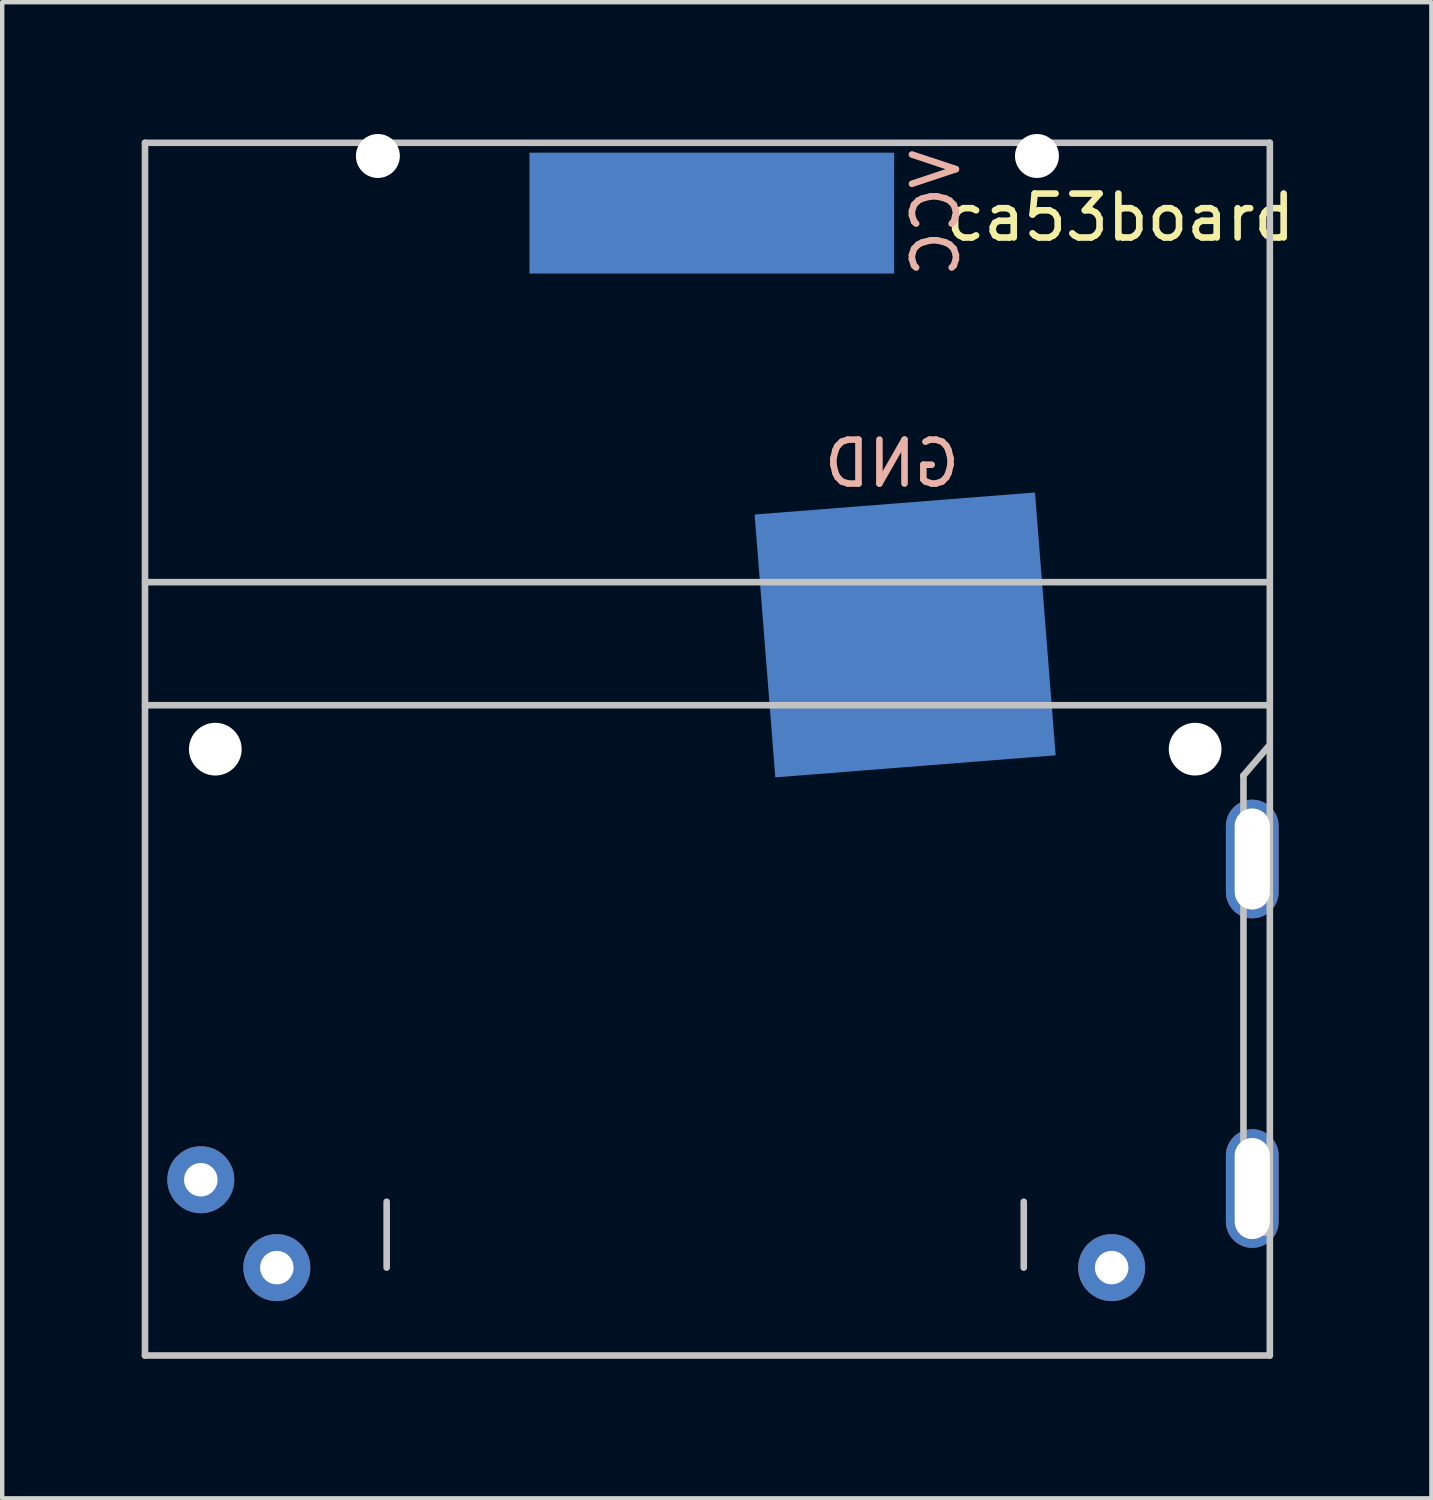
<source format=kicad_pcb>
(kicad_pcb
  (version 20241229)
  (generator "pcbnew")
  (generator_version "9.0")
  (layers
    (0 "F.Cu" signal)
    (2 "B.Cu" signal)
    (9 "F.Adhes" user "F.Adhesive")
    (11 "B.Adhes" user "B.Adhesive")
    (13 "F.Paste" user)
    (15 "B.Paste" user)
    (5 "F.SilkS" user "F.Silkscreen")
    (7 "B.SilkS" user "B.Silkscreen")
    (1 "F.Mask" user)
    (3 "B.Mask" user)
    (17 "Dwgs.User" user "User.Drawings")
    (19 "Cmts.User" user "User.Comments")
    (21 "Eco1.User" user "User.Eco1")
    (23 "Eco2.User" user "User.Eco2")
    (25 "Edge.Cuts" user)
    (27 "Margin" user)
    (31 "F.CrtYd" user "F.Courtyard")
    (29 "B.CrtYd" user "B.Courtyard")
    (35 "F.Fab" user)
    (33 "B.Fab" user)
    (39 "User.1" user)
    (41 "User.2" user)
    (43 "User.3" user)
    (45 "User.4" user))
  (footprint "ca53board"
    (layer "F.Cu")
    (at 0.25 27.8)
    (property "Reference" "ca53board" (at 22.2 -25.9 0) (layer "F.SilkS") (effects (font (size 1 1) (thickness 0.15))))
    (attr through_hole)
    (fp_line (start 0 -27.6) (end 0 0) (stroke (width 0.15) (type solid)) (layer "Dwgs.User"))
    (fp_line (start 0 -17.6) (end 25.6 -17.6) (stroke (width 0.15) (type solid)) (layer "Dwgs.User"))
    (fp_line (start 0 -14.8) (end 25.6 -14.8) (stroke (width 0.15) (type solid)) (layer "Dwgs.User"))
    (fp_line (start 0 0) (end 25.6 0) (stroke (width 0.15) (type solid)) (layer "Dwgs.User"))
    (fp_line (start 5.5 -2) (end 5.5 -3.5) (stroke (width 0.15) (type solid)) (layer "Dwgs.User"))
    (fp_line (start 20 -2) (end 20 -3.5) (stroke (width 0.15) (type solid)) (layer "Dwgs.User"))
    (fp_line (start 25 -13.2) (end 25.6 -13.9) (stroke (width 0.15) (type solid)) (layer "Dwgs.User"))
    (fp_line (start 25 -2.8) (end 25 -13.2) (stroke (width 0.15) (type solid)) (layer "Dwgs.User"))
    (fp_line (start 25.6 -27.6) (end 0 -27.6) (stroke (width 0.15) (type solid)) (layer "Dwgs.User"))
    (fp_line (start 25.6 -2.8) (end 25 -2.8) (stroke (width 0.15) (type solid)) (layer "Dwgs.User"))
    (fp_line (start 25.6 0) (end 25.6 -27.6) (stroke (width 0.15) (type solid)) (layer "Dwgs.User"))
    (fp_text user "VCC" (at 18 -26 270) (layer "B.SilkS") (effects (font (size 1 1) (thickness 0.15)) (justify mirror)))
    (fp_text user "GND" (at 17 -20.3 0) (layer "B.SilkS") (effects (font (size 1 1) (thickness 0.15)) (justify mirror)))
    (pad "" np_thru_hole circle (at 1.6 -13.8) (size 1.2 1.2) (drill 1.2) (layers "*.Cu" "*.Mask"))
    (pad "" np_thru_hole circle (at 5.3 -27.3) (size 1 1) (drill 1) (layers "*.Cu" "*.Mask"))
    (pad "" np_thru_hole circle (at 20.3 -27.3) (size 1 1) (drill 1) (layers "*.Cu" "*.Mask"))
    (pad "" np_thru_hole circle (at 23.9 -13.8) (size 1.2 1.2) (drill 1.2) (layers "*.Cu" "*.Mask"))
    (pad "1" connect rect (at 12.9 -26) (size 8.3 2.75) (layers "B.Cu" "B.Mask"))
    (pad "2" connect rect (at 17.3 -16.4 4.5) (size 6.4 6) (layers "B.Cu" "B.Mask"))
    (pad "3" thru_hole oval (at 25.2 -11.3) (size 1.2 2.7) (drill oval 0.8 2.3) (layers "*.Cu" "*.Mask"))
    (pad "4" thru_hole oval (at 25.2 -3.8) (size 1.2 2.7) (drill oval 0.8 2.3) (layers "*.Cu" "*.Mask"))
    (pad "5" thru_hole circle (at 3 -2) (size 1.524 1.524) (drill 0.762) (layers "*.Cu" "*.Mask"))
    (pad "6" thru_hole circle (at 1.27 -4) (size 1.524 1.524) (drill 0.762) (layers "*.Cu" "*.Mask"))
    (pad "7" thru_hole circle (at 22 -2) (size 1.524 1.524) (drill 0.762) (layers "*.Cu" "*.Mask")))
  (gr_rect
    (start -3 -3)
    (end 29.527 31.05)
    (stroke (width 0.1) (type default))
    (fill no)
    (layer "Edge.Cuts")))
</source>
